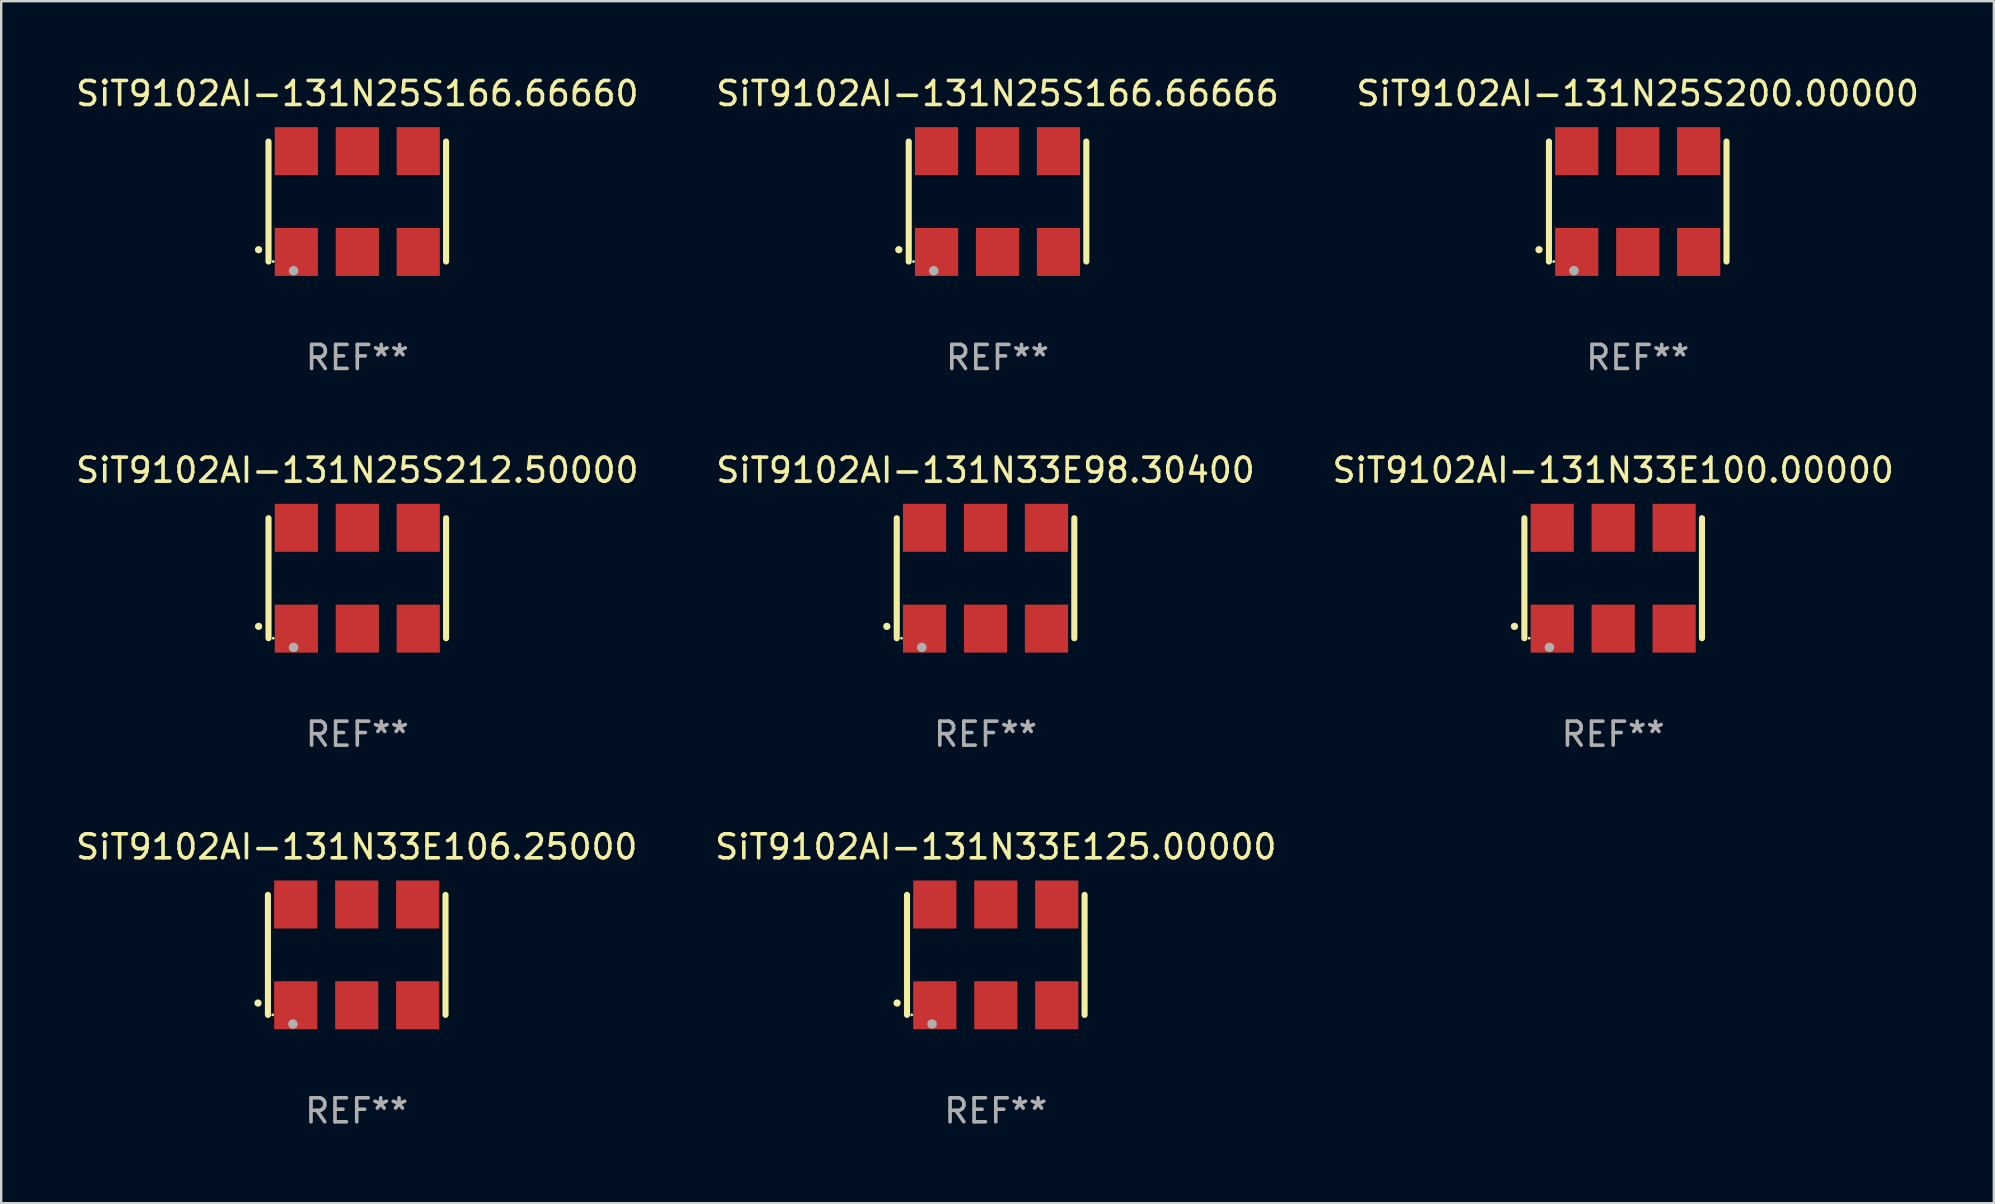
<source format=kicad_pcb>
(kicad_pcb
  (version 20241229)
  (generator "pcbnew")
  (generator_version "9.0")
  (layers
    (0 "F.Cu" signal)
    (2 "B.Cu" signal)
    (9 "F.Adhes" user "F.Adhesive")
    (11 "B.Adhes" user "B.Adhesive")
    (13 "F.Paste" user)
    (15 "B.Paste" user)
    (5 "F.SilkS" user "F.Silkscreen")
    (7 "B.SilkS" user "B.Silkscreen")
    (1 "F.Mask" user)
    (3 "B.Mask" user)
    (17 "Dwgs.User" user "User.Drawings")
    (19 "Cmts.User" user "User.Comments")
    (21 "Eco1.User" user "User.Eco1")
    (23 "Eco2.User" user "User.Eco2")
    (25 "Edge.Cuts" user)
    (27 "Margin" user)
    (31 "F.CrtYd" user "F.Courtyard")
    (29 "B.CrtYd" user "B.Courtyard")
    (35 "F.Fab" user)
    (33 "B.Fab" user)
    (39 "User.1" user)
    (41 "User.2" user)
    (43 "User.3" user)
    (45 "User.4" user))
  (footprint "SiT9102AI-131N33E106.25000"
    (layer "F.Cu")
    (at 11.815 36.741)
    (property "Reference" "SiT9102AI-131N33E106.25000" (at 0 -4.5 0) (layer "F.SilkS") (effects (font (size 1 1) (thickness 0.15))))
    (attr through_hole)
    (fp_line (start -3.7 -2.5) (end -3.7 2.5) (stroke (width 0.254) (type solid)) (layer "F.SilkS"))
    (fp_line (start 3.7 -2.5) (end 3.7 2.5) (stroke (width 0.254) (type solid)) (layer "F.SilkS"))
    (fp_arc (start -4.114415 2.006604) (mid -4.113145 2.006599) (end -4.111875 2.006604) (stroke (width 0.3) (type solid)) (layer "F.SilkS"))
    (fp_circle (center -3.502 2.5) (end -3.472 2.5) (stroke (width 0.06) (type solid)) (fill no) (layer "F.SilkS"))
    (fp_circle (center -2.657 2.882) (end -2.557 2.882) (stroke (width 0.2) (type solid)) (fill no) (layer "F.Fab"))
    (fp_text user "REF**" (at 0 6.5 0) (layer "F.Fab") (effects (font (size 1 1) (thickness 0.15))))
    (pad "1" smd rect (at -2.54 2.1) (size 1.8 2) (layers "F.Cu" "F.Mask" "F.Paste"))
    (pad "2" smd rect (at 0.000394 2.1) (size 1.8 2) (layers "F.Cu" "F.Mask" "F.Paste"))
    (pad "3" smd rect (at 2.54 2.1) (size 1.8 2) (layers "F.Cu" "F.Mask" "F.Paste"))
    (pad "4" smd rect (at 2.54 -2.1) (size 1.8 2) (layers "F.Cu" "F.Mask" "F.Paste"))
    (pad "5" smd rect (at 0.000394 -2.1) (size 1.8 2) (layers "F.Cu" "F.Mask" "F.Paste"))
    (pad "6" smd rect (at -2.54 -2.1) (size 1.8 2) (layers "F.Cu" "F.Mask" "F.Paste")))
  (footprint "SiT9102AI-131N25S200.00000"
    (layer "F.Cu")
    (at 65.196 5.348)
    (property "Reference" "SiT9102AI-131N25S200.00000" (at 0 -4.5 0) (layer "F.SilkS") (effects (font (size 1 1) (thickness 0.15))))
    (attr through_hole)
    (fp_line (start -3.7 -2.5) (end -3.7 2.5) (stroke (width 0.254) (type solid)) (layer "F.SilkS"))
    (fp_line (start 3.7 -2.5) (end 3.7 2.5) (stroke (width 0.254) (type solid)) (layer "F.SilkS"))
    (fp_arc (start -4.114415 2.006604) (mid -4.113145 2.006599) (end -4.111875 2.006604) (stroke (width 0.3) (type solid)) (layer "F.SilkS"))
    (fp_circle (center -3.502 2.5) (end -3.472 2.5) (stroke (width 0.06) (type solid)) (fill no) (layer "F.SilkS"))
    (fp_circle (center -2.657 2.882) (end -2.557 2.882) (stroke (width 0.2) (type solid)) (fill no) (layer "F.Fab"))
    (fp_text user "REF**" (at 0 6.5 0) (layer "F.Fab") (effects (font (size 1 1) (thickness 0.15))))
    (pad "1" smd rect (at -2.54 2.1) (size 1.8 2) (layers "F.Cu" "F.Mask" "F.Paste"))
    (pad "2" smd rect (at 0.000394 2.1) (size 1.8 2) (layers "F.Cu" "F.Mask" "F.Paste"))
    (pad "3" smd rect (at 2.54 2.1) (size 1.8 2) (layers "F.Cu" "F.Mask" "F.Paste"))
    (pad "4" smd rect (at 2.54 -2.1) (size 1.8 2) (layers "F.Cu" "F.Mask" "F.Paste"))
    (pad "5" smd rect (at 0.000394 -2.1) (size 1.8 2) (layers "F.Cu" "F.Mask" "F.Paste"))
    (pad "6" smd rect (at -2.54 -2.1) (size 1.8 2) (layers "F.Cu" "F.Mask" "F.Paste")))
  (footprint "SiT9102AI-131N25S212.50000"
    (layer "F.Cu")
    (at 11.839 21.045)
    (property "Reference" "SiT9102AI-131N25S212.50000" (at 0 -4.5 0) (layer "F.SilkS") (effects (font (size 1 1) (thickness 0.15))))
    (attr through_hole)
    (fp_line (start -3.7 -2.5) (end -3.7 2.5) (stroke (width 0.254) (type solid)) (layer "F.SilkS"))
    (fp_line (start 3.7 -2.5) (end 3.7 2.5) (stroke (width 0.254) (type solid)) (layer "F.SilkS"))
    (fp_arc (start -4.114415 2.006604) (mid -4.113145 2.006599) (end -4.111875 2.006604) (stroke (width 0.3) (type solid)) (layer "F.SilkS"))
    (fp_circle (center -3.502 2.5) (end -3.472 2.5) (stroke (width 0.06) (type solid)) (fill no) (layer "F.SilkS"))
    (fp_circle (center -2.657 2.882) (end -2.557 2.882) (stroke (width 0.2) (type solid)) (fill no) (layer "F.Fab"))
    (fp_text user "REF**" (at 0 6.5 0) (layer "F.Fab") (effects (font (size 1 1) (thickness 0.15))))
    (pad "1" smd rect (at -2.54 2.1) (size 1.8 2) (layers "F.Cu" "F.Mask" "F.Paste"))
    (pad "2" smd rect (at 0.000394 2.1) (size 1.8 2) (layers "F.Cu" "F.Mask" "F.Paste"))
    (pad "3" smd rect (at 2.54 2.1) (size 1.8 2) (layers "F.Cu" "F.Mask" "F.Paste"))
    (pad "4" smd rect (at 2.54 -2.1) (size 1.8 2) (layers "F.Cu" "F.Mask" "F.Paste"))
    (pad "5" smd rect (at 0.000394 -2.1) (size 1.8 2) (layers "F.Cu" "F.Mask" "F.Paste"))
    (pad "6" smd rect (at -2.54 -2.1) (size 1.8 2) (layers "F.Cu" "F.Mask" "F.Paste")))
  (footprint "SiT9102AI-131N33E100.00000"
    (layer "F.Cu")
    (at 64.173 21.045)
    (property "Reference" "SiT9102AI-131N33E100.00000" (at 0 -4.5 0) (layer "F.SilkS") (effects (font (size 1 1) (thickness 0.15))))
    (attr through_hole)
    (fp_line (start -3.7 -2.5) (end -3.7 2.5) (stroke (width 0.254) (type solid)) (layer "F.SilkS"))
    (fp_line (start 3.7 -2.5) (end 3.7 2.5) (stroke (width 0.254) (type solid)) (layer "F.SilkS"))
    (fp_arc (start -4.114415 2.006604) (mid -4.113145 2.006599) (end -4.111875 2.006604) (stroke (width 0.3) (type solid)) (layer "F.SilkS"))
    (fp_circle (center -3.502 2.5) (end -3.472 2.5) (stroke (width 0.06) (type solid)) (fill no) (layer "F.SilkS"))
    (fp_circle (center -2.657 2.882) (end -2.557 2.882) (stroke (width 0.2) (type solid)) (fill no) (layer "F.Fab"))
    (fp_text user "REF**" (at 0 6.5 0) (layer "F.Fab") (effects (font (size 1 1) (thickness 0.15))))
    (pad "1" smd rect (at -2.54 2.1) (size 1.8 2) (layers "F.Cu" "F.Mask" "F.Paste"))
    (pad "2" smd rect (at 0.000394 2.1) (size 1.8 2) (layers "F.Cu" "F.Mask" "F.Paste"))
    (pad "3" smd rect (at 2.54 2.1) (size 1.8 2) (layers "F.Cu" "F.Mask" "F.Paste"))
    (pad "4" smd rect (at 2.54 -2.1) (size 1.8 2) (layers "F.Cu" "F.Mask" "F.Paste"))
    (pad "5" smd rect (at 0.000394 -2.1) (size 1.8 2) (layers "F.Cu" "F.Mask" "F.Paste"))
    (pad "6" smd rect (at -2.54 -2.1) (size 1.8 2) (layers "F.Cu" "F.Mask" "F.Paste")))
  (footprint "SiT9102AI-131N33E125.00000"
    (layer "F.Cu")
    (at 38.446 36.741)
    (property "Reference" "SiT9102AI-131N33E125.00000" (at 0 -4.5 0) (layer "F.SilkS") (effects (font (size 1 1) (thickness 0.15))))
    (attr through_hole)
    (fp_line (start -3.7 -2.5) (end -3.7 2.5) (stroke (width 0.254) (type solid)) (layer "F.SilkS"))
    (fp_line (start 3.7 -2.5) (end 3.7 2.5) (stroke (width 0.254) (type solid)) (layer "F.SilkS"))
    (fp_arc (start -4.114415 2.006604) (mid -4.113145 2.006599) (end -4.111875 2.006604) (stroke (width 0.3) (type solid)) (layer "F.SilkS"))
    (fp_circle (center -3.502 2.5) (end -3.472 2.5) (stroke (width 0.06) (type solid)) (fill no) (layer "F.SilkS"))
    (fp_circle (center -2.657 2.882) (end -2.557 2.882) (stroke (width 0.2) (type solid)) (fill no) (layer "F.Fab"))
    (fp_text user "REF**" (at 0 6.5 0) (layer "F.Fab") (effects (font (size 1 1) (thickness 0.15))))
    (pad "1" smd rect (at -2.54 2.1) (size 1.8 2) (layers "F.Cu" "F.Mask" "F.Paste"))
    (pad "2" smd rect (at 0.000394 2.1) (size 1.8 2) (layers "F.Cu" "F.Mask" "F.Paste"))
    (pad "3" smd rect (at 2.54 2.1) (size 1.8 2) (layers "F.Cu" "F.Mask" "F.Paste"))
    (pad "4" smd rect (at 2.54 -2.1) (size 1.8 2) (layers "F.Cu" "F.Mask" "F.Paste"))
    (pad "5" smd rect (at 0.000394 -2.1) (size 1.8 2) (layers "F.Cu" "F.Mask" "F.Paste"))
    (pad "6" smd rect (at -2.54 -2.1) (size 1.8 2) (layers "F.Cu" "F.Mask" "F.Paste")))
  (footprint "SiT9102AI-131N33E98.30400"
    (layer "F.Cu")
    (at 38.018 21.045)
    (property "Reference" "SiT9102AI-131N33E98.30400" (at 0 -4.5 0) (layer "F.SilkS") (effects (font (size 1 1) (thickness 0.15))))
    (attr through_hole)
    (fp_line (start -3.7 -2.5) (end -3.7 2.5) (stroke (width 0.254) (type solid)) (layer "F.SilkS"))
    (fp_line (start 3.7 -2.5) (end 3.7 2.5) (stroke (width 0.254) (type solid)) (layer "F.SilkS"))
    (fp_arc (start -4.114415 2.006604) (mid -4.113145 2.006599) (end -4.111875 2.006604) (stroke (width 0.3) (type solid)) (layer "F.SilkS"))
    (fp_circle (center -3.502 2.5) (end -3.472 2.5) (stroke (width 0.06) (type solid)) (fill no) (layer "F.SilkS"))
    (fp_circle (center -2.657 2.882) (end -2.557 2.882) (stroke (width 0.2) (type solid)) (fill no) (layer "F.Fab"))
    (fp_text user "REF**" (at 0 6.5 0) (layer "F.Fab") (effects (font (size 1 1) (thickness 0.15))))
    (pad "1" smd rect (at -2.54 2.1) (size 1.8 2) (layers "F.Cu" "F.Mask" "F.Paste"))
    (pad "2" smd rect (at 0.000394 2.1) (size 1.8 2) (layers "F.Cu" "F.Mask" "F.Paste"))
    (pad "3" smd rect (at 2.54 2.1) (size 1.8 2) (layers "F.Cu" "F.Mask" "F.Paste"))
    (pad "4" smd rect (at 2.54 -2.1) (size 1.8 2) (layers "F.Cu" "F.Mask" "F.Paste"))
    (pad "5" smd rect (at 0.000394 -2.1) (size 1.8 2) (layers "F.Cu" "F.Mask" "F.Paste"))
    (pad "6" smd rect (at -2.54 -2.1) (size 1.8 2) (layers "F.Cu" "F.Mask" "F.Paste")))
  (footprint "SiT9102AI-131N25S166.66666"
    (layer "F.Cu")
    (at 38.518 5.348)
    (property "Reference" "SiT9102AI-131N25S166.66666" (at 0 -4.5 0) (layer "F.SilkS") (effects (font (size 1 1) (thickness 0.15))))
    (attr through_hole)
    (fp_line (start -3.7 -2.5) (end -3.7 2.5) (stroke (width 0.254) (type solid)) (layer "F.SilkS"))
    (fp_line (start 3.7 -2.5) (end 3.7 2.5) (stroke (width 0.254) (type solid)) (layer "F.SilkS"))
    (fp_arc (start -4.114415 2.006604) (mid -4.113145 2.006599) (end -4.111875 2.006604) (stroke (width 0.3) (type solid)) (layer "F.SilkS"))
    (fp_circle (center -3.502 2.5) (end -3.472 2.5) (stroke (width 0.06) (type solid)) (fill no) (layer "F.SilkS"))
    (fp_circle (center -2.657 2.882) (end -2.557 2.882) (stroke (width 0.2) (type solid)) (fill no) (layer "F.Fab"))
    (fp_text user "REF**" (at 0 6.5 0) (layer "F.Fab") (effects (font (size 1 1) (thickness 0.15))))
    (pad "1" smd rect (at -2.54 2.1) (size 1.8 2) (layers "F.Cu" "F.Mask" "F.Paste"))
    (pad "2" smd rect (at 0.000394 2.1) (size 1.8 2) (layers "F.Cu" "F.Mask" "F.Paste"))
    (pad "3" smd rect (at 2.54 2.1) (size 1.8 2) (layers "F.Cu" "F.Mask" "F.Paste"))
    (pad "4" smd rect (at 2.54 -2.1) (size 1.8 2) (layers "F.Cu" "F.Mask" "F.Paste"))
    (pad "5" smd rect (at 0.000394 -2.1) (size 1.8 2) (layers "F.Cu" "F.Mask" "F.Paste"))
    (pad "6" smd rect (at -2.54 -2.1) (size 1.8 2) (layers "F.Cu" "F.Mask" "F.Paste")))
  (footprint "SiT9102AI-131N25S166.66660"
    (layer "F.Cu")
    (at 11.839 5.348)
    (property "Reference" "SiT9102AI-131N25S166.66660" (at 0 -4.5 0) (layer "F.SilkS") (effects (font (size 1 1) (thickness 0.15))))
    (attr through_hole)
    (fp_line (start -3.7 -2.5) (end -3.7 2.5) (stroke (width 0.254) (type solid)) (layer "F.SilkS"))
    (fp_line (start 3.7 -2.5) (end 3.7 2.5) (stroke (width 0.254) (type solid)) (layer "F.SilkS"))
    (fp_arc (start -4.114415 2.006604) (mid -4.113145 2.006599) (end -4.111875 2.006604) (stroke (width 0.3) (type solid)) (layer "F.SilkS"))
    (fp_circle (center -3.502 2.5) (end -3.472 2.5) (stroke (width 0.06) (type solid)) (fill no) (layer "F.SilkS"))
    (fp_circle (center -2.657 2.882) (end -2.557 2.882) (stroke (width 0.2) (type solid)) (fill no) (layer "F.Fab"))
    (fp_text user "REF**" (at 0 6.5 0) (layer "F.Fab") (effects (font (size 1 1) (thickness 0.15))))
    (pad "1" smd rect (at -2.54 2.1) (size 1.8 2) (layers "F.Cu" "F.Mask" "F.Paste"))
    (pad "2" smd rect (at 0.000394 2.1) (size 1.8 2) (layers "F.Cu" "F.Mask" "F.Paste"))
    (pad "3" smd rect (at 2.54 2.1) (size 1.8 2) (layers "F.Cu" "F.Mask" "F.Paste"))
    (pad "4" smd rect (at 2.54 -2.1) (size 1.8 2) (layers "F.Cu" "F.Mask" "F.Paste"))
    (pad "5" smd rect (at 0.000394 -2.1) (size 1.8 2) (layers "F.Cu" "F.Mask" "F.Paste"))
    (pad "6" smd rect (at -2.54 -2.1) (size 1.8 2) (layers "F.Cu" "F.Mask" "F.Paste")))
  (gr_rect
    (start -3 -3)
    (end 80.036 47.09)
    (stroke (width 0.1) (type default))
    (fill no)
    (layer "Edge.Cuts")))
</source>
